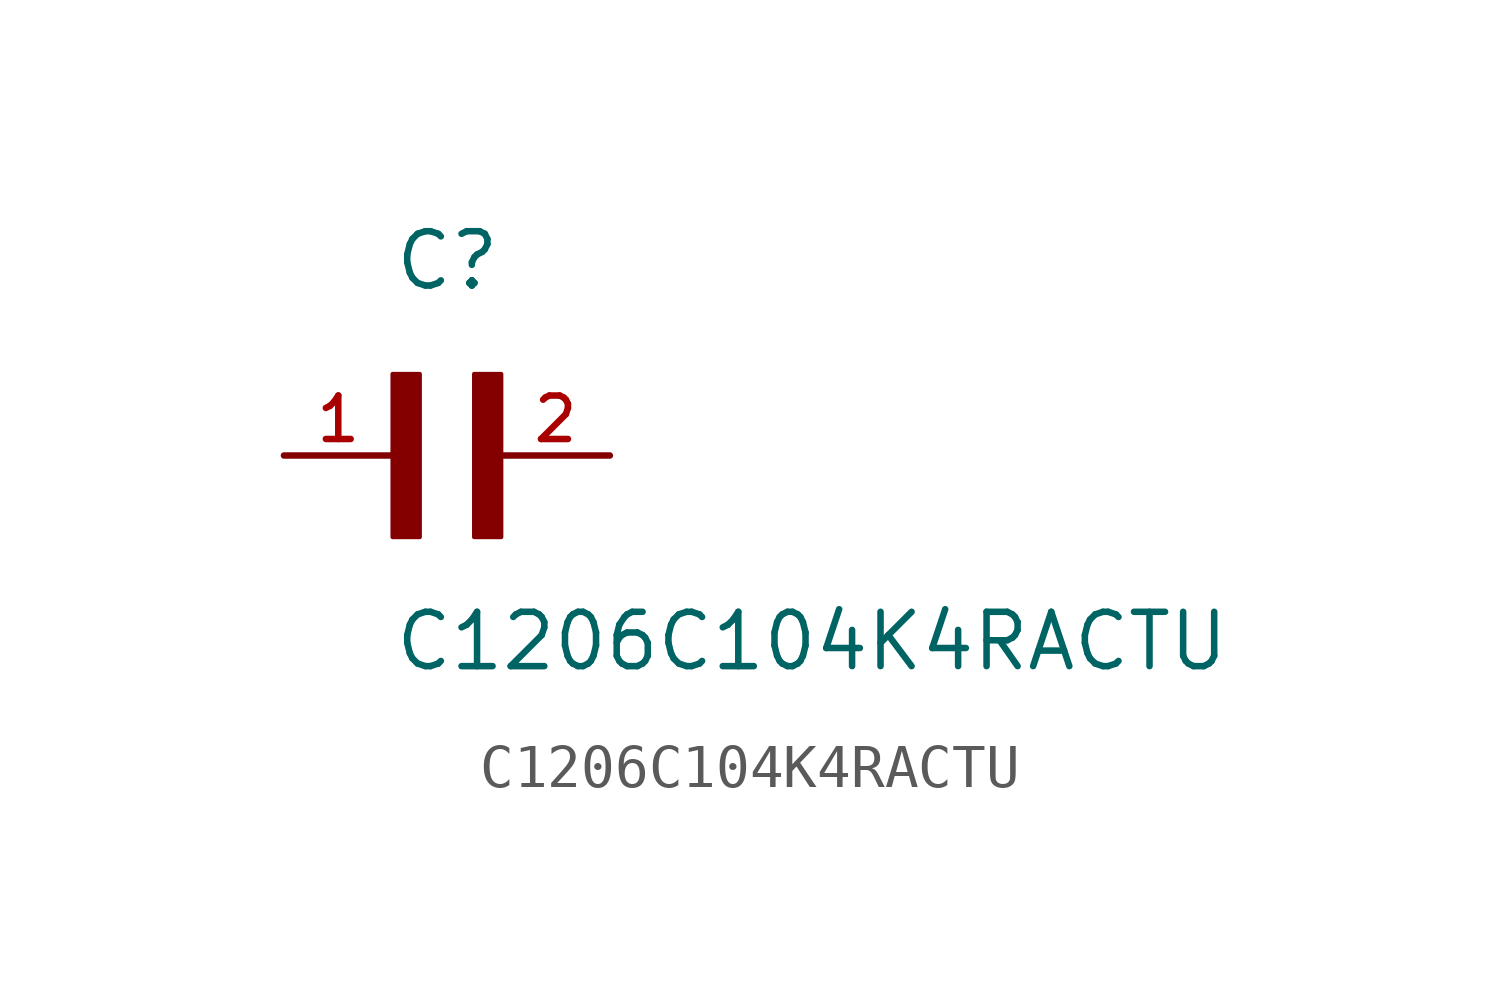
<source format=kicad_sym>
(kicad_symbol_lib
  (version 20211014)
  (generator kicad_symbol_editor)
  (symbol "C1206C104K4RACTU"
    (pin_names
      (offset 1.016))
    (property "Reference" "C"
      (at 0.0 3.811 0)
      (effects (font (size 1.27 1.27)) (justify bottom left)))
    (property "Value" "C1206C104K4RACTU"
      (at 0.0 -5.088 0)
      (effects (font (size 1.27 1.27)) (justify bottom left)))
    (symbol "C1206C104K4RACTU_0_0"
      (rectangle (start 0.0 -1.907) (end 0.635 1.905) (stroke (width 0.1)) (fill (type outline)))
      (rectangle (start 1.907 -1.907) (end 2.54 1.905) (stroke (width 0.1)) (fill (type outline)))
      (pin passive line (at 5.08 0.0 180.0) (length 2.54) (name "~" (effects (font (size 1.016 1.016)))) (number "2" (effects (font (size 1.016 1.016)))))
      (pin passive line (at -2.54 0.0 0) (length 2.54) (name "~" (effects (font (size 1.016 1.016)))) (number "1" (effects (font (size 1.016 1.016))))))))
</source>
